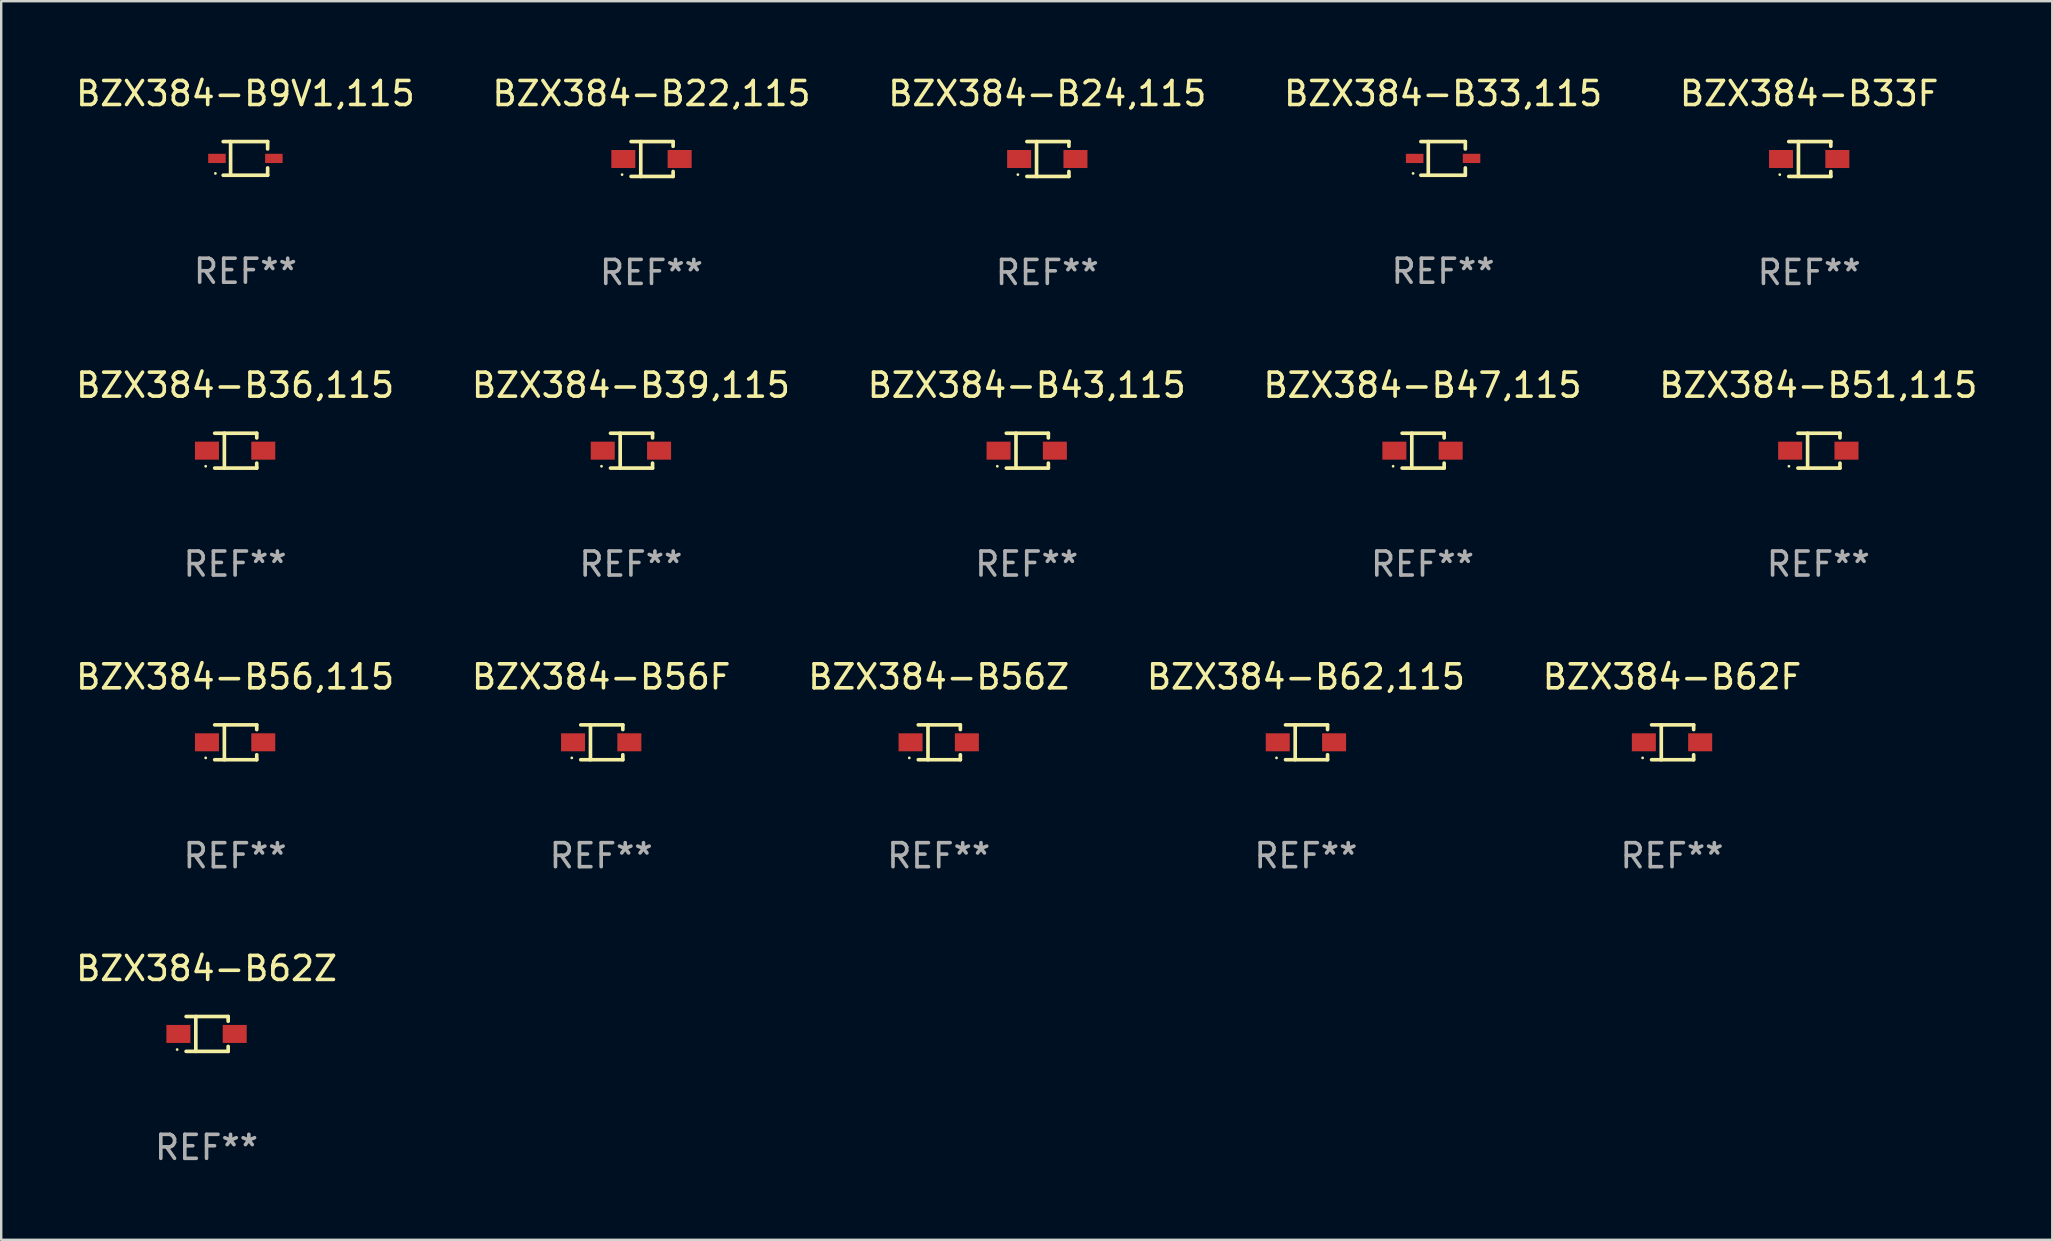
<source format=kicad_pcb>
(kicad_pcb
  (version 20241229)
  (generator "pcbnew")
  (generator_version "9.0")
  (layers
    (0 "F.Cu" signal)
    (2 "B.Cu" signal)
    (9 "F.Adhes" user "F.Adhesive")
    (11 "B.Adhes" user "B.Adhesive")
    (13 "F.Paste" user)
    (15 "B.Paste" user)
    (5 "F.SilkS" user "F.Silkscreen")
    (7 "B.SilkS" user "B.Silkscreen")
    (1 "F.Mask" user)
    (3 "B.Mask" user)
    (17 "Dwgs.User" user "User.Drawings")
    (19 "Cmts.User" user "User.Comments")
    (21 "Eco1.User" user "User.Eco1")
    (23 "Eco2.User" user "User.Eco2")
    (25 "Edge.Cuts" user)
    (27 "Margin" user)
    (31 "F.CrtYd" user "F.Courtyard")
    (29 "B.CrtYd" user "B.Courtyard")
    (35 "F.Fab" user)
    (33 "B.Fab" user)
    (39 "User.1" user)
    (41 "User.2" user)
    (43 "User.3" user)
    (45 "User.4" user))
  (footprint "BZX384-B39,115"
    (layer "F.Cu")
    (at 23.232 15.723)
    (property "Reference" "BZX384-B39,115" (at 0 -2.726 0) (layer "F.SilkS") (effects (font (size 1 1) (thickness 0.15))))
    (attr through_hole)
    (fp_line (start -0.851 -0.726) (end 0.901 -0.726) (stroke (width 0.152) (type solid)) (layer "F.SilkS"))
    (fp_line (start -0.851 0.726) (end 0.901 0.726) (stroke (width 0.152) (type solid)) (layer "F.SilkS"))
    (fp_line (start -0.447 -0.726) (end -0.447 0.726) (stroke (width 0.152) (type solid)) (layer "F.SilkS"))
    (fp_line (start 0.901 -0.726) (end 0.901 -0.53) (stroke (width 0.152) (type solid)) (layer "F.SilkS"))
    (fp_line (start 0.901 0.726) (end 0.901 0.52) (stroke (width 0.152) (type solid)) (layer "F.SilkS"))
    (fp_circle (center -1.225 0.65) (end -1.195 0.65) (stroke (width 0.06) (type solid)) (fill no) (layer "F.SilkS"))
    (fp_text user "REF**" (at 0 4.726 0) (layer "F.Fab") (effects (font (size 1 1) (thickness 0.15))))
    (pad "1" smd rect (at -1.173 0) (size 1 0.75) (layers "F.Cu" "F.Mask" "F.Paste"))
    (pad "2" smd rect (at 1.173 0) (size 1 0.75) (layers "F.Cu" "F.Mask" "F.Paste")))
  (footprint "BZX384-B56,115"
    (layer "F.Cu")
    (at 6.744 27.872)
    (property "Reference" "BZX384-B56,115" (at 0 -2.726 0) (layer "F.SilkS") (effects (font (size 1 1) (thickness 0.15))))
    (attr through_hole)
    (fp_line (start -0.851 -0.726) (end 0.901 -0.726) (stroke (width 0.152) (type solid)) (layer "F.SilkS"))
    (fp_line (start -0.851 0.726) (end 0.901 0.726) (stroke (width 0.152) (type solid)) (layer "F.SilkS"))
    (fp_line (start -0.447 -0.726) (end -0.447 0.726) (stroke (width 0.152) (type solid)) (layer "F.SilkS"))
    (fp_line (start 0.901 -0.726) (end 0.901 -0.53) (stroke (width 0.152) (type solid)) (layer "F.SilkS"))
    (fp_line (start 0.901 0.726) (end 0.901 0.52) (stroke (width 0.152) (type solid)) (layer "F.SilkS"))
    (fp_circle (center -1.225 0.65) (end -1.195 0.65) (stroke (width 0.06) (type solid)) (fill no) (layer "F.SilkS"))
    (fp_text user "REF**" (at 0 4.726 0) (layer "F.Fab") (effects (font (size 1 1) (thickness 0.15))))
    (pad "1" smd rect (at -1.173 0) (size 1 0.75) (layers "F.Cu" "F.Mask" "F.Paste"))
    (pad "2" smd rect (at 1.173 0) (size 1 0.75) (layers "F.Cu" "F.Mask" "F.Paste")))
  (footprint "BZX384-B33F"
    (layer "F.Cu")
    (at 72.315 3.574)
    (property "Reference" "BZX384-B33F" (at 0 -2.726 0) (layer "F.SilkS") (effects (font (size 1 1) (thickness 0.15))))
    (attr through_hole)
    (fp_line (start -0.851 -0.726) (end 0.901 -0.726) (stroke (width 0.152) (type solid)) (layer "F.SilkS"))
    (fp_line (start -0.851 0.726) (end 0.901 0.726) (stroke (width 0.152) (type solid)) (layer "F.SilkS"))
    (fp_line (start -0.447 -0.726) (end -0.447 0.726) (stroke (width 0.152) (type solid)) (layer "F.SilkS"))
    (fp_line (start 0.901 -0.726) (end 0.901 -0.53) (stroke (width 0.152) (type solid)) (layer "F.SilkS"))
    (fp_line (start 0.901 0.726) (end 0.901 0.52) (stroke (width 0.152) (type solid)) (layer "F.SilkS"))
    (fp_circle (center -1.225 0.65) (end -1.195 0.65) (stroke (width 0.06) (type solid)) (fill no) (layer "F.SilkS"))
    (fp_text user "REF**" (at 0 4.726 0) (layer "F.Fab") (effects (font (size 1 1) (thickness 0.15))))
    (pad "1" smd rect (at -1.173 0) (size 1 0.75) (layers "F.Cu" "F.Mask" "F.Paste"))
    (pad "2" smd rect (at 1.173 0) (size 1 0.75) (layers "F.Cu" "F.Mask" "F.Paste")))
  (footprint "BZX384-B9V1,115"
    (layer "F.Cu")
    (at 7.173 3.549)
    (property "Reference" "BZX384-B9V1,115" (at 0 -2.701 0) (layer "F.SilkS") (effects (font (size 1 1) (thickness 0.15))))
    (attr through_hole)
    (fp_line (start -0.926 -0.701) (end 0.926 -0.701) (stroke (width 0.152) (type solid)) (layer "F.SilkS"))
    (fp_line (start -0.926 0.701) (end 0.926 0.701) (stroke (width 0.152) (type solid)) (layer "F.SilkS"))
    (fp_line (start -0.617 -0.701) (end -0.617 0.701) (stroke (width 0.152) (type solid)) (layer "F.SilkS"))
    (fp_line (start 0.926 -0.701) (end 0.926 -0.396) (stroke (width 0.152) (type solid)) (layer "F.SilkS"))
    (fp_line (start 0.926 0.701) (end 0.926 0.396) (stroke (width 0.152) (type solid)) (layer "F.SilkS"))
    (fp_circle (center -1.25 0.625) (end -1.22 0.625) (stroke (width 0.06) (type solid)) (fill no) (layer "F.SilkS"))
    (fp_text user "REF**" (at 0 4.701 0) (layer "F.Fab") (effects (font (size 1 1) (thickness 0.15))))
    (pad "1" smd rect (at -1.185 0 180) (size 0.73 0.385) (layers "F.Cu" "F.Mask" "F.Paste"))
    (pad "2" smd rect (at 1.185 0 180) (size 0.73 0.385) (layers "F.Cu" "F.Mask" "F.Paste")))
  (footprint "BZX384-B51,115"
    (layer "F.Cu")
    (at 72.696 15.723)
    (property "Reference" "BZX384-B51,115" (at 0 -2.726 0) (layer "F.SilkS") (effects (font (size 1 1) (thickness 0.15))))
    (attr through_hole)
    (fp_line (start -0.851 -0.726) (end 0.901 -0.726) (stroke (width 0.152) (type solid)) (layer "F.SilkS"))
    (fp_line (start -0.851 0.726) (end 0.901 0.726) (stroke (width 0.152) (type solid)) (layer "F.SilkS"))
    (fp_line (start -0.447 -0.726) (end -0.447 0.726) (stroke (width 0.152) (type solid)) (layer "F.SilkS"))
    (fp_line (start 0.901 -0.726) (end 0.901 -0.53) (stroke (width 0.152) (type solid)) (layer "F.SilkS"))
    (fp_line (start 0.901 0.726) (end 0.901 0.52) (stroke (width 0.152) (type solid)) (layer "F.SilkS"))
    (fp_circle (center -1.225 0.65) (end -1.195 0.65) (stroke (width 0.06) (type solid)) (fill no) (layer "F.SilkS"))
    (fp_text user "REF**" (at 0 4.726 0) (layer "F.Fab") (effects (font (size 1 1) (thickness 0.15))))
    (pad "1" smd rect (at -1.173 0) (size 1 0.75) (layers "F.Cu" "F.Mask" "F.Paste"))
    (pad "2" smd rect (at 1.173 0) (size 1 0.75) (layers "F.Cu" "F.Mask" "F.Paste")))
  (footprint "BZX384-B62F"
    (layer "F.Cu")
    (at 66.601 27.872)
    (property "Reference" "BZX384-B62F" (at 0 -2.726 0) (layer "F.SilkS") (effects (font (size 1 1) (thickness 0.15))))
    (attr through_hole)
    (fp_line (start -0.851 -0.726) (end 0.901 -0.726) (stroke (width 0.152) (type solid)) (layer "F.SilkS"))
    (fp_line (start -0.851 0.726) (end 0.901 0.726) (stroke (width 0.152) (type solid)) (layer "F.SilkS"))
    (fp_line (start -0.447 -0.726) (end -0.447 0.726) (stroke (width 0.152) (type solid)) (layer "F.SilkS"))
    (fp_line (start 0.901 -0.726) (end 0.901 -0.53) (stroke (width 0.152) (type solid)) (layer "F.SilkS"))
    (fp_line (start 0.901 0.726) (end 0.901 0.52) (stroke (width 0.152) (type solid)) (layer "F.SilkS"))
    (fp_circle (center -1.225 0.65) (end -1.195 0.65) (stroke (width 0.06) (type solid)) (fill no) (layer "F.SilkS"))
    (fp_text user "REF**" (at 0 4.726 0) (layer "F.Fab") (effects (font (size 1 1) (thickness 0.15))))
    (pad "1" smd rect (at -1.173 0) (size 1 0.75) (layers "F.Cu" "F.Mask" "F.Paste"))
    (pad "2" smd rect (at 1.173 0) (size 1 0.75) (layers "F.Cu" "F.Mask" "F.Paste")))
  (footprint "BZX384-B47,115"
    (layer "F.Cu")
    (at 56.208 15.723)
    (property "Reference" "BZX384-B47,115" (at 0 -2.726 0) (layer "F.SilkS") (effects (font (size 1 1) (thickness 0.15))))
    (attr through_hole)
    (fp_line (start -0.851 -0.726) (end 0.901 -0.726) (stroke (width 0.152) (type solid)) (layer "F.SilkS"))
    (fp_line (start -0.851 0.726) (end 0.901 0.726) (stroke (width 0.152) (type solid)) (layer "F.SilkS"))
    (fp_line (start -0.447 -0.726) (end -0.447 0.726) (stroke (width 0.152) (type solid)) (layer "F.SilkS"))
    (fp_line (start 0.901 -0.726) (end 0.901 -0.53) (stroke (width 0.152) (type solid)) (layer "F.SilkS"))
    (fp_line (start 0.901 0.726) (end 0.901 0.52) (stroke (width 0.152) (type solid)) (layer "F.SilkS"))
    (fp_circle (center -1.225 0.65) (end -1.195 0.65) (stroke (width 0.06) (type solid)) (fill no) (layer "F.SilkS"))
    (fp_text user "REF**" (at 0 4.726 0) (layer "F.Fab") (effects (font (size 1 1) (thickness 0.15))))
    (pad "1" smd rect (at -1.173 0) (size 1 0.75) (layers "F.Cu" "F.Mask" "F.Paste"))
    (pad "2" smd rect (at 1.173 0) (size 1 0.75) (layers "F.Cu" "F.Mask" "F.Paste")))
  (footprint "BZX384-B62,115"
    (layer "F.Cu")
    (at 51.351 27.872)
    (property "Reference" "BZX384-B62,115" (at 0 -2.726 0) (layer "F.SilkS") (effects (font (size 1 1) (thickness 0.15))))
    (attr through_hole)
    (fp_line (start -0.851 -0.726) (end 0.901 -0.726) (stroke (width 0.152) (type solid)) (layer "F.SilkS"))
    (fp_line (start -0.851 0.726) (end 0.901 0.726) (stroke (width 0.152) (type solid)) (layer "F.SilkS"))
    (fp_line (start -0.447 -0.726) (end -0.447 0.726) (stroke (width 0.152) (type solid)) (layer "F.SilkS"))
    (fp_line (start 0.901 -0.726) (end 0.901 -0.53) (stroke (width 0.152) (type solid)) (layer "F.SilkS"))
    (fp_line (start 0.901 0.726) (end 0.901 0.52) (stroke (width 0.152) (type solid)) (layer "F.SilkS"))
    (fp_circle (center -1.225 0.65) (end -1.195 0.65) (stroke (width 0.06) (type solid)) (fill no) (layer "F.SilkS"))
    (fp_text user "REF**" (at 0 4.726 0) (layer "F.Fab") (effects (font (size 1 1) (thickness 0.15))))
    (pad "1" smd rect (at -1.173 0) (size 1 0.75) (layers "F.Cu" "F.Mask" "F.Paste"))
    (pad "2" smd rect (at 1.173 0) (size 1 0.75) (layers "F.Cu" "F.Mask" "F.Paste")))
  (footprint "BZX384-B36,115"
    (layer "F.Cu")
    (at 6.744 15.723)
    (property "Reference" "BZX384-B36,115" (at 0 -2.726 0) (layer "F.SilkS") (effects (font (size 1 1) (thickness 0.15))))
    (attr through_hole)
    (fp_line (start -0.851 -0.726) (end 0.901 -0.726) (stroke (width 0.152) (type solid)) (layer "F.SilkS"))
    (fp_line (start -0.851 0.726) (end 0.901 0.726) (stroke (width 0.152) (type solid)) (layer "F.SilkS"))
    (fp_line (start -0.447 -0.726) (end -0.447 0.726) (stroke (width 0.152) (type solid)) (layer "F.SilkS"))
    (fp_line (start 0.901 -0.726) (end 0.901 -0.53) (stroke (width 0.152) (type solid)) (layer "F.SilkS"))
    (fp_line (start 0.901 0.726) (end 0.901 0.52) (stroke (width 0.152) (type solid)) (layer "F.SilkS"))
    (fp_circle (center -1.225 0.65) (end -1.195 0.65) (stroke (width 0.06) (type solid)) (fill no) (layer "F.SilkS"))
    (fp_text user "REF**" (at 0 4.726 0) (layer "F.Fab") (effects (font (size 1 1) (thickness 0.15))))
    (pad "1" smd rect (at -1.173 0) (size 1 0.75) (layers "F.Cu" "F.Mask" "F.Paste"))
    (pad "2" smd rect (at 1.173 0) (size 1 0.75) (layers "F.Cu" "F.Mask" "F.Paste")))
  (footprint "BZX384-B24,115"
    (layer "F.Cu")
    (at 40.577 3.574)
    (property "Reference" "BZX384-B24,115" (at 0 -2.726 0) (layer "F.SilkS") (effects (font (size 1 1) (thickness 0.15))))
    (attr through_hole)
    (fp_line (start -0.851 -0.726) (end 0.901 -0.726) (stroke (width 0.152) (type solid)) (layer "F.SilkS"))
    (fp_line (start -0.851 0.726) (end 0.901 0.726) (stroke (width 0.152) (type solid)) (layer "F.SilkS"))
    (fp_line (start -0.447 -0.726) (end -0.447 0.726) (stroke (width 0.152) (type solid)) (layer "F.SilkS"))
    (fp_line (start 0.901 -0.726) (end 0.901 -0.53) (stroke (width 0.152) (type solid)) (layer "F.SilkS"))
    (fp_line (start 0.901 0.726) (end 0.901 0.52) (stroke (width 0.152) (type solid)) (layer "F.SilkS"))
    (fp_circle (center -1.225 0.65) (end -1.195 0.65) (stroke (width 0.06) (type solid)) (fill no) (layer "F.SilkS"))
    (fp_text user "REF**" (at 0 4.726 0) (layer "F.Fab") (effects (font (size 1 1) (thickness 0.15))))
    (pad "1" smd rect (at -1.173 0) (size 1 0.75) (layers "F.Cu" "F.Mask" "F.Paste"))
    (pad "2" smd rect (at 1.173 0) (size 1 0.75) (layers "F.Cu" "F.Mask" "F.Paste")))
  (footprint "BZX384-B56F"
    (layer "F.Cu")
    (at 21.994 27.872)
    (property "Reference" "BZX384-B56F" (at 0 -2.726 0) (layer "F.SilkS") (effects (font (size 1 1) (thickness 0.15))))
    (attr through_hole)
    (fp_line (start -0.851 -0.726) (end 0.901 -0.726) (stroke (width 0.152) (type solid)) (layer "F.SilkS"))
    (fp_line (start -0.851 0.726) (end 0.901 0.726) (stroke (width 0.152) (type solid)) (layer "F.SilkS"))
    (fp_line (start -0.447 -0.726) (end -0.447 0.726) (stroke (width 0.152) (type solid)) (layer "F.SilkS"))
    (fp_line (start 0.901 -0.726) (end 0.901 -0.53) (stroke (width 0.152) (type solid)) (layer "F.SilkS"))
    (fp_line (start 0.901 0.726) (end 0.901 0.52) (stroke (width 0.152) (type solid)) (layer "F.SilkS"))
    (fp_circle (center -1.225 0.65) (end -1.195 0.65) (stroke (width 0.06) (type solid)) (fill no) (layer "F.SilkS"))
    (fp_text user "REF**" (at 0 4.726 0) (layer "F.Fab") (effects (font (size 1 1) (thickness 0.15))))
    (pad "1" smd rect (at -1.173 0) (size 1 0.75) (layers "F.Cu" "F.Mask" "F.Paste"))
    (pad "2" smd rect (at 1.173 0) (size 1 0.75) (layers "F.Cu" "F.Mask" "F.Paste")))
  (footprint "BZX384-B33,115"
    (layer "F.Cu")
    (at 57.065 3.549)
    (property "Reference" "BZX384-B33,115" (at 0 -2.701 0) (layer "F.SilkS") (effects (font (size 1 1) (thickness 0.15))))
    (attr through_hole)
    (fp_line (start -0.926 -0.701) (end 0.926 -0.701) (stroke (width 0.152) (type solid)) (layer "F.SilkS"))
    (fp_line (start -0.926 0.701) (end 0.926 0.701) (stroke (width 0.152) (type solid)) (layer "F.SilkS"))
    (fp_line (start -0.617 -0.701) (end -0.617 0.701) (stroke (width 0.152) (type solid)) (layer "F.SilkS"))
    (fp_line (start 0.926 -0.701) (end 0.926 -0.396) (stroke (width 0.152) (type solid)) (layer "F.SilkS"))
    (fp_line (start 0.926 0.701) (end 0.926 0.396) (stroke (width 0.152) (type solid)) (layer "F.SilkS"))
    (fp_circle (center -1.25 0.625) (end -1.22 0.625) (stroke (width 0.06) (type solid)) (fill no) (layer "F.SilkS"))
    (fp_text user "REF**" (at 0 4.701 0) (layer "F.Fab") (effects (font (size 1 1) (thickness 0.15))))
    (pad "1" smd rect (at -1.185 0 180) (size 0.73 0.385) (layers "F.Cu" "F.Mask" "F.Paste"))
    (pad "2" smd rect (at 1.185 0 180) (size 0.73 0.385) (layers "F.Cu" "F.Mask" "F.Paste")))
  (footprint "BZX384-B43,115"
    (layer "F.Cu")
    (at 39.72 15.723)
    (property "Reference" "BZX384-B43,115" (at 0 -2.726 0) (layer "F.SilkS") (effects (font (size 1 1) (thickness 0.15))))
    (attr through_hole)
    (fp_line (start -0.851 -0.726) (end 0.901 -0.726) (stroke (width 0.152) (type solid)) (layer "F.SilkS"))
    (fp_line (start -0.851 0.726) (end 0.901 0.726) (stroke (width 0.152) (type solid)) (layer "F.SilkS"))
    (fp_line (start -0.447 -0.726) (end -0.447 0.726) (stroke (width 0.152) (type solid)) (layer "F.SilkS"))
    (fp_line (start 0.901 -0.726) (end 0.901 -0.53) (stroke (width 0.152) (type solid)) (layer "F.SilkS"))
    (fp_line (start 0.901 0.726) (end 0.901 0.52) (stroke (width 0.152) (type solid)) (layer "F.SilkS"))
    (fp_circle (center -1.225 0.65) (end -1.195 0.65) (stroke (width 0.06) (type solid)) (fill no) (layer "F.SilkS"))
    (fp_text user "REF**" (at 0 4.726 0) (layer "F.Fab") (effects (font (size 1 1) (thickness 0.15))))
    (pad "1" smd rect (at -1.173 0) (size 1 0.75) (layers "F.Cu" "F.Mask" "F.Paste"))
    (pad "2" smd rect (at 1.173 0) (size 1 0.75) (layers "F.Cu" "F.Mask" "F.Paste")))
  (footprint "BZX384-B56Z"
    (layer "F.Cu")
    (at 36.054 27.872)
    (property "Reference" "BZX384-B56Z" (at 0 -2.726 0) (layer "F.SilkS") (effects (font (size 1 1) (thickness 0.15))))
    (attr through_hole)
    (fp_line (start -0.851 -0.726) (end 0.901 -0.726) (stroke (width 0.152) (type solid)) (layer "F.SilkS"))
    (fp_line (start -0.851 0.726) (end 0.901 0.726) (stroke (width 0.152) (type solid)) (layer "F.SilkS"))
    (fp_line (start -0.447 -0.726) (end -0.447 0.726) (stroke (width 0.152) (type solid)) (layer "F.SilkS"))
    (fp_line (start 0.901 -0.726) (end 0.901 -0.53) (stroke (width 0.152) (type solid)) (layer "F.SilkS"))
    (fp_line (start 0.901 0.726) (end 0.901 0.52) (stroke (width 0.152) (type solid)) (layer "F.SilkS"))
    (fp_circle (center -1.225 0.65) (end -1.195 0.65) (stroke (width 0.06) (type solid)) (fill no) (layer "F.SilkS"))
    (fp_text user "REF**" (at 0 4.726 0) (layer "F.Fab") (effects (font (size 1 1) (thickness 0.15))))
    (pad "1" smd rect (at -1.173 0) (size 1 0.75) (layers "F.Cu" "F.Mask" "F.Paste"))
    (pad "2" smd rect (at 1.173 0) (size 1 0.75) (layers "F.Cu" "F.Mask" "F.Paste")))
  (footprint "BZX384-B22,115"
    (layer "F.Cu")
    (at 24.089 3.574)
    (property "Reference" "BZX384-B22,115" (at 0 -2.726 0) (layer "F.SilkS") (effects (font (size 1 1) (thickness 0.15))))
    (attr through_hole)
    (fp_line (start -0.851 -0.726) (end 0.901 -0.726) (stroke (width 0.152) (type solid)) (layer "F.SilkS"))
    (fp_line (start -0.851 0.726) (end 0.901 0.726) (stroke (width 0.152) (type solid)) (layer "F.SilkS"))
    (fp_line (start -0.447 -0.726) (end -0.447 0.726) (stroke (width 0.152) (type solid)) (layer "F.SilkS"))
    (fp_line (start 0.901 -0.726) (end 0.901 -0.53) (stroke (width 0.152) (type solid)) (layer "F.SilkS"))
    (fp_line (start 0.901 0.726) (end 0.901 0.52) (stroke (width 0.152) (type solid)) (layer "F.SilkS"))
    (fp_circle (center -1.225 0.65) (end -1.195 0.65) (stroke (width 0.06) (type solid)) (fill no) (layer "F.SilkS"))
    (fp_text user "REF**" (at 0 4.726 0) (layer "F.Fab") (effects (font (size 1 1) (thickness 0.15))))
    (pad "1" smd rect (at -1.173 0) (size 1 0.75) (layers "F.Cu" "F.Mask" "F.Paste"))
    (pad "2" smd rect (at 1.173 0) (size 1 0.75) (layers "F.Cu" "F.Mask" "F.Paste")))
  (footprint "BZX384-B62Z"
    (layer "F.Cu")
    (at 5.554 40.021)
    (property "Reference" "BZX384-B62Z" (at 0 -2.726 0) (layer "F.SilkS") (effects (font (size 1 1) (thickness 0.15))))
    (attr through_hole)
    (fp_line (start -0.851 -0.726) (end 0.901 -0.726) (stroke (width 0.152) (type solid)) (layer "F.SilkS"))
    (fp_line (start -0.851 0.726) (end 0.901 0.726) (stroke (width 0.152) (type solid)) (layer "F.SilkS"))
    (fp_line (start -0.447 -0.726) (end -0.447 0.726) (stroke (width 0.152) (type solid)) (layer "F.SilkS"))
    (fp_line (start 0.901 -0.726) (end 0.901 -0.53) (stroke (width 0.152) (type solid)) (layer "F.SilkS"))
    (fp_line (start 0.901 0.726) (end 0.901 0.52) (stroke (width 0.152) (type solid)) (layer "F.SilkS"))
    (fp_circle (center -1.225 0.65) (end -1.195 0.65) (stroke (width 0.06) (type solid)) (fill no) (layer "F.SilkS"))
    (fp_text user "REF**" (at 0 4.726 0) (layer "F.Fab") (effects (font (size 1 1) (thickness 0.15))))
    (pad "1" smd rect (at -1.173 0) (size 1 0.75) (layers "F.Cu" "F.Mask" "F.Paste"))
    (pad "2" smd rect (at 1.173 0) (size 1 0.75) (layers "F.Cu" "F.Mask" "F.Paste")))
  (gr_rect
    (start -3 -3)
    (end 82.44 48.596)
    (stroke (width 0.1) (type default))
    (fill no)
    (layer "Edge.Cuts")))
</source>
